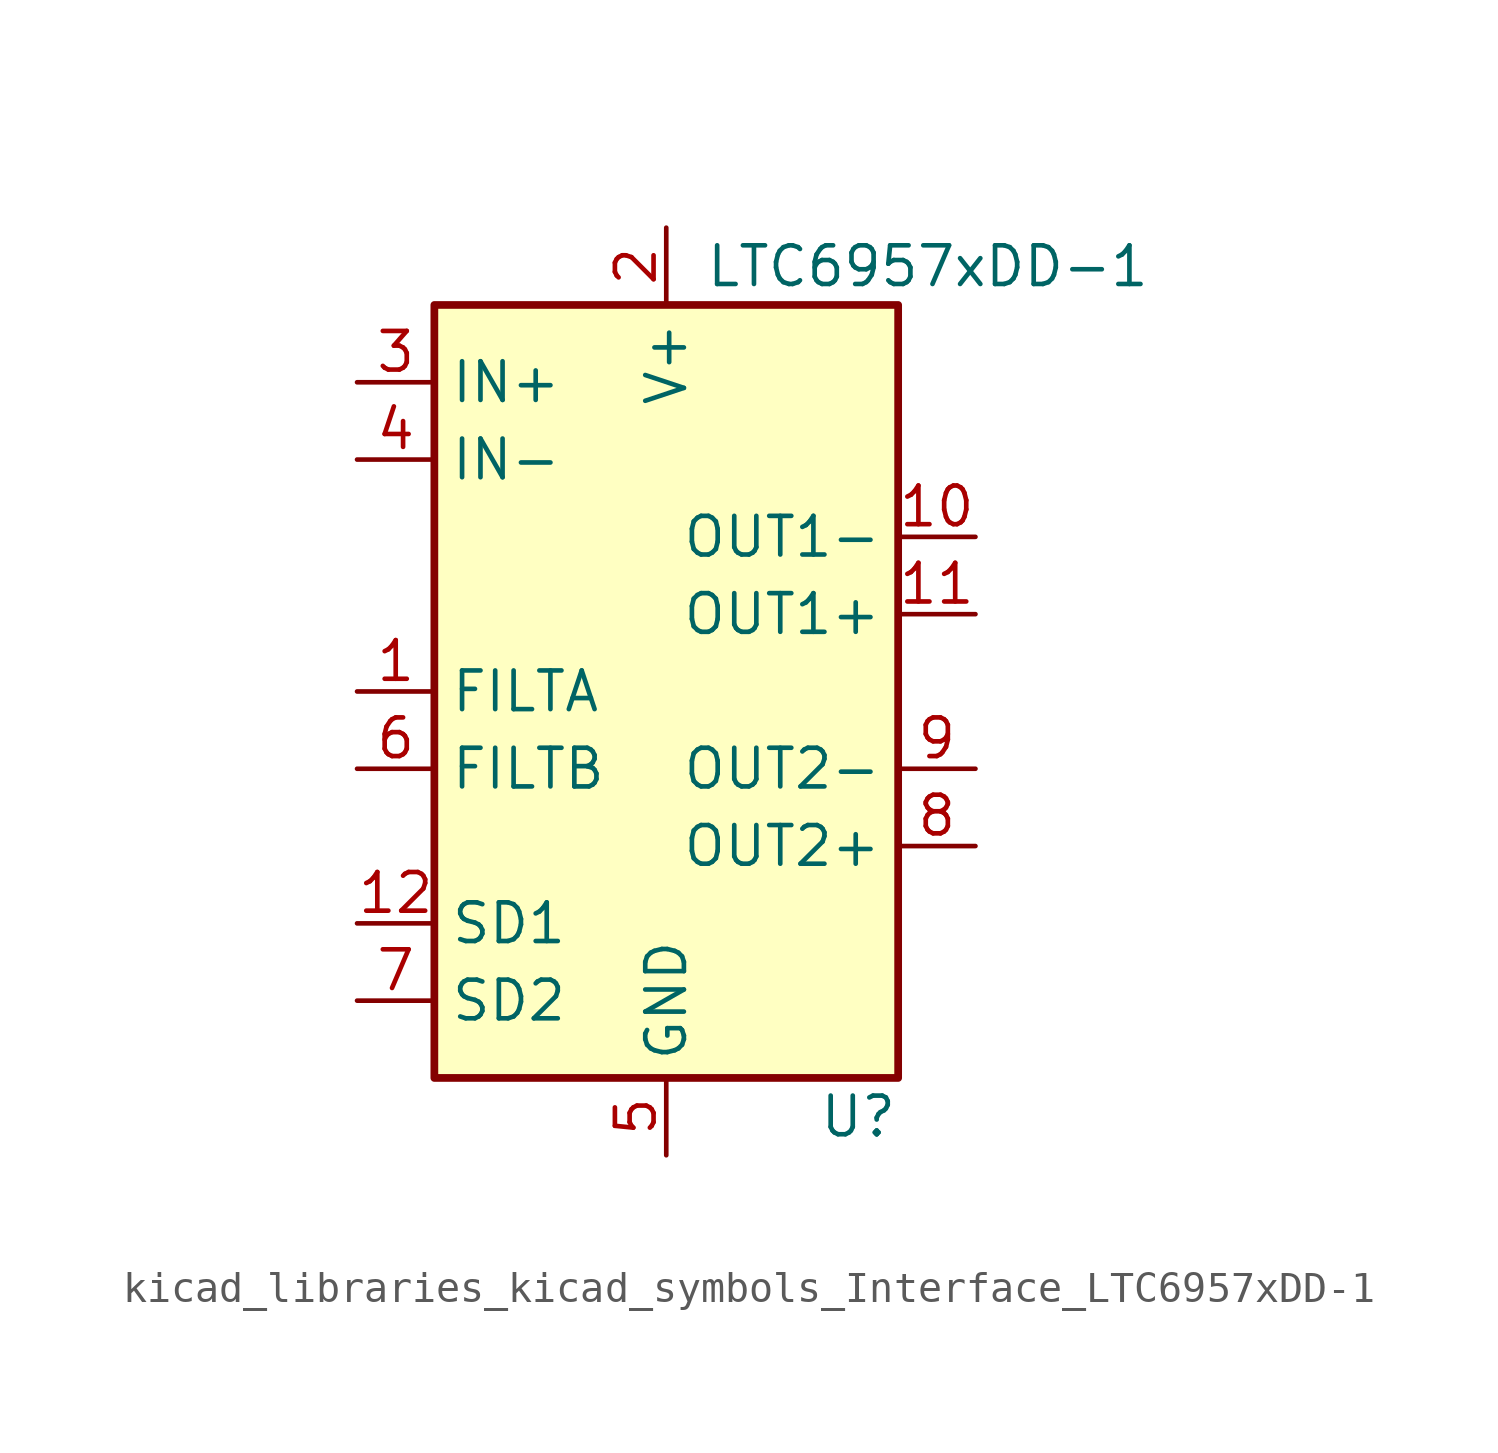
<source format=kicad_sym>
(kicad_symbol_lib
  (version 20220914)
  (generator kicad_symbol_editor)
  (symbol "kicad_libraries_kicad_symbols_Interface_LTC6957xDD-1"
    (property "Reference" "U"
      (at 7.62 -13.97 0)
      (effects (font (size 1.27 1.27)) (justify right)))
    (property "Value" "LTC6957xDD-1"
      (at 1.27 13.97 0)
      (effects (font (size 1.27 1.27)) (justify left)))
    (symbol "kicad_libraries_kicad_symbols_Interface_LTC6957xDD-1_0_1"
      (rectangle (start -7.62 12.7) (end 7.62 -12.7) (stroke (width 0.254) (type default)) (fill (type background))))
    (symbol "kicad_libraries_kicad_symbols_Interface_LTC6957xDD-1_1_1"
      (pin input line (at -10.16 0 0) (length 2.54) (name "FILTA" (effects (font (size 1.27 1.27)))) (number "1" (effects (font (size 1.27 1.27)))))
      (pin open_emitter line (at 10.16 5.08 180) (length 2.54) (name "OUT1-" (effects (font (size 1.27 1.27)))) (number "10" (effects (font (size 1.27 1.27)))))
      (pin open_emitter line (at 10.16 2.54 180) (length 2.54) (name "OUT1+" (effects (font (size 1.27 1.27)))) (number "11" (effects (font (size 1.27 1.27)))))
      (pin input line (at -10.16 -7.62 0) (length 2.54) (name "SD1" (effects (font (size 1.27 1.27)))) (number "12" (effects (font (size 1.27 1.27)))))
      (pin passive line (at 0 -15.24 90) (length 2.54) hide (name "GND" (effects (font (size 1.27 1.27)))) (number "13" (effects (font (size 1.27 1.27)))))
      (pin power_in line (at 0 15.24 270) (length 2.54) (name "V+" (effects (font (size 1.27 1.27)))) (number "2" (effects (font (size 1.27 1.27)))))
      (pin input line (at -10.16 10.16 0) (length 2.54) (name "IN+" (effects (font (size 1.27 1.27)))) (number "3" (effects (font (size 1.27 1.27)))))
      (pin input line (at -10.16 7.62 0) (length 2.54) (name "IN-" (effects (font (size 1.27 1.27)))) (number "4" (effects (font (size 1.27 1.27)))))
      (pin power_in line (at 0 -15.24 90) (length 2.54) (name "GND" (effects (font (size 1.27 1.27)))) (number "5" (effects (font (size 1.27 1.27)))))
      (pin input line (at -10.16 -2.54 0) (length 2.54) (name "FILTB" (effects (font (size 1.27 1.27)))) (number "6" (effects (font (size 1.27 1.27)))))
      (pin input line (at -10.16 -10.16 0) (length 2.54) (name "SD2" (effects (font (size 1.27 1.27)))) (number "7" (effects (font (size 1.27 1.27)))))
      (pin open_emitter line (at 10.16 -5.08 180) (length 2.54) (name "OUT2+" (effects (font (size 1.27 1.27)))) (number "8" (effects (font (size 1.27 1.27)))))
      (pin open_emitter line (at 10.16 -2.54 180) (length 2.54) (name "OUT2-" (effects (font (size 1.27 1.27)))) (number "9" (effects (font (size 1.27 1.27))))))))
</source>
